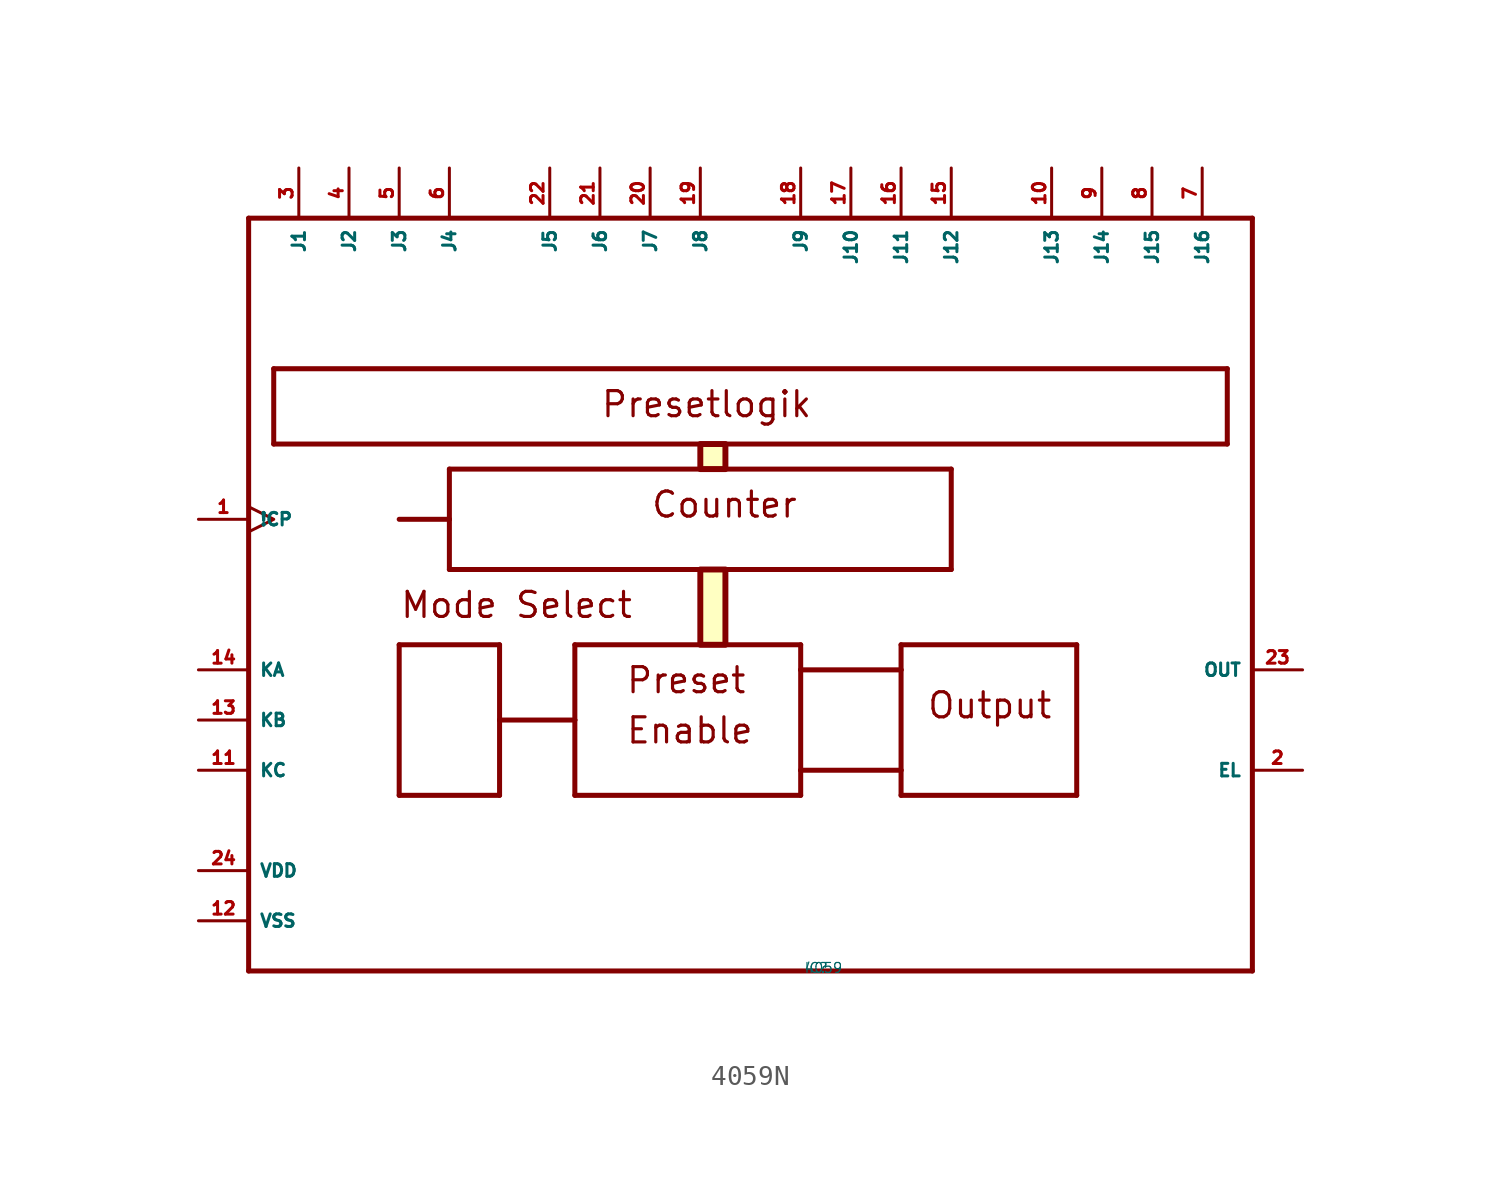
<source format=kicad_sym>
(kicad_symbol_lib
  (version 20220914)
  (generator Eagle2Kicad)
  (symbol "4059N"
    (property "Reference" "IC"
      (at -10 -10 0)
      (effects (font (size 0.5 0.5) (thickness 0.06)) (justify left)))
    (property "Value" "4059"
      (at -10 -10 0)
      (effects (font (size 0.5 0.5) (thickness 0.06)) (justify left)))
    (polyline
      (pts (xy -38.1 27.94) (xy 12.7 27.94))
      (stroke (width 0.254) (type default))
      (fill (type none)))
    (polyline
      (pts (xy 12.7 27.94) (xy 12.7 -10.16))
      (stroke (width 0.254) (type default))
      (fill (type none)))
    (polyline
      (pts (xy -38.1 -10.16) (xy -38.1 27.94))
      (stroke (width 0.254) (type default))
      (fill (type none)))
    (polyline
      (pts (xy 11.43 20.32) (xy 11.43 16.51))
      (stroke (width 0.254) (type default))
      (fill (type none)))
    (polyline
      (pts (xy 11.43 16.51) (xy -36.83 16.51))
      (stroke (width 0.254) (type default))
      (fill (type none)))
    (polyline
      (pts (xy -36.83 16.51) (xy -36.83 20.32))
      (stroke (width 0.254) (type default))
      (fill (type none)))
    (polyline
      (pts (xy 11.43 20.32) (xy -36.83 20.32))
      (stroke (width 0.254) (type default))
      (fill (type none)))
    (polyline
      (pts (xy -27.94 15.24) (xy -2.54 15.24))
      (stroke (width 0.254) (type default))
      (fill (type none)))
    (polyline
      (pts (xy -2.54 15.24) (xy -2.54 10.16))
      (stroke (width 0.254) (type default))
      (fill (type none)))
    (polyline
      (pts (xy -2.54 10.16) (xy -27.94 10.16))
      (stroke (width 0.254) (type default))
      (fill (type none)))
    (polyline
      (pts (xy -27.94 10.16) (xy -27.94 12.7))
      (stroke (width 0.254) (type default))
      (fill (type none)))
    (polyline
      (pts (xy -27.94 12.7) (xy -27.94 15.24))
      (stroke (width 0.254) (type default))
      (fill (type none)))
    (polyline
      (pts (xy -30.48 6.35) (xy -25.4 6.35))
      (stroke (width 0.254) (type default))
      (fill (type none)))
    (polyline
      (pts (xy -25.4 6.35) (xy -25.4 2.54))
      (stroke (width 0.254) (type default))
      (fill (type none)))
    (polyline
      (pts (xy -25.4 2.54) (xy -25.4 -1.27))
      (stroke (width 0.254) (type default))
      (fill (type none)))
    (polyline
      (pts (xy -25.4 -1.27) (xy -30.48 -1.27))
      (stroke (width 0.254) (type default))
      (fill (type none)))
    (polyline
      (pts (xy -30.48 -1.27) (xy -30.48 6.35))
      (stroke (width 0.254) (type default))
      (fill (type none)))
    (polyline
      (pts (xy -5.08 6.35) (xy 3.81 6.35))
      (stroke (width 0.254) (type default))
      (fill (type none)))
    (polyline
      (pts (xy 3.81 6.35) (xy 3.81 -1.27))
      (stroke (width 0.254) (type default))
      (fill (type none)))
    (polyline
      (pts (xy 3.81 -1.27) (xy -5.08 -1.27))
      (stroke (width 0.254) (type default))
      (fill (type none)))
    (polyline
      (pts (xy -5.08 5.08) (xy -5.08 6.35))
      (stroke (width 0.254) (type default))
      (fill (type none)))
    (polyline
      (pts (xy -21.59 6.35) (xy -10.16 6.35))
      (stroke (width 0.254) (type default))
      (fill (type none)))
    (polyline
      (pts (xy -10.16 6.35) (xy -10.16 5.08))
      (stroke (width 0.254) (type default))
      (fill (type none)))
    (polyline
      (pts (xy -10.16 5.08) (xy -10.16 0))
      (stroke (width 0.254) (type default))
      (fill (type none)))
    (polyline
      (pts (xy -10.16 0) (xy -10.16 -1.27))
      (stroke (width 0.254) (type default))
      (fill (type none)))
    (polyline
      (pts (xy -10.16 -1.27) (xy -21.59 -1.27))
      (stroke (width 0.254) (type default))
      (fill (type none)))
    (polyline
      (pts (xy -21.59 -1.27) (xy -21.59 2.54))
      (stroke (width 0.254) (type default))
      (fill (type none)))
    (polyline
      (pts (xy -21.59 2.54) (xy -21.59 6.35))
      (stroke (width 0.254) (type default))
      (fill (type none)))
    (polyline
      (pts (xy -25.4 2.54) (xy -21.59 2.54))
      (stroke (width 0.254) (type default))
      (fill (type none)))
    (polyline
      (pts (xy -30.48 12.7) (xy -27.94 12.7))
      (stroke (width 0.254) (type default))
      (fill (type none)))
    (polyline
      (pts (xy -10.16 5.08) (xy -5.08 5.08))
      (stroke (width 0.254) (type default))
      (fill (type none)))
    (polyline
      (pts (xy -5.08 5.08) (xy -5.08 0))
      (stroke (width 0.254) (type default))
      (fill (type none)))
    (polyline
      (pts (xy -5.08 0) (xy -5.08 -1.27))
      (stroke (width 0.254) (type default))
      (fill (type none)))
    (polyline
      (pts (xy 12.7 -10.16) (xy -38.1 -10.16))
      (stroke (width 0.254) (type default))
      (fill (type none)))
    (polyline
      (pts (xy -5.08 0) (xy -10.16 0))
      (stroke (width 0.254) (type default))
      (fill (type none)))
    (text "Presetlogik"
      (at -20.32 17.78 0)
      (effects (font (size 1.27 1.27) (thickness 0.16)) (justify left bottom)))
    (text "Counter"
      (at -17.78 12.7 0)
      (effects (font (size 1.27 1.27) (thickness 0.16)) (justify left bottom)))
    (text "Mode Select"
      (at -30.48 7.62 0)
      (effects (font (size 1.27 1.27) (thickness 0.16)) (justify left bottom)))
    (text "Preset"
      (at -19.05 3.81 0)
      (effects (font (size 1.27 1.27) (thickness 0.16)) (justify left bottom)))
    (text "Output"
      (at -3.81 2.54 0)
      (effects (font (size 1.27 1.27) (thickness 0.16)) (justify left bottom)))
    (text "Enable"
      (at -19.05 1.27 0)
      (effects (font (size 1.27 1.27) (thickness 0.16)) (justify left bottom)))
    (rectangle
      (start -15.24 15.24)
      (end -13.97 16.51)
      (stroke (width 0.3) (type default))
      (fill (type background)))
    (rectangle
      (start -15.24 6.35)
      (end -13.97 10.16)
      (stroke (width 0.3) (type default))
      (fill (type background)))
    (pin input line
      (at -40.64 5.08 0)
      (length 2.54)
      (name "KA" (effects (font (size 0.635 0.635) (thickness 0.08)) (justify left bottom)))
      (number "14" (effects (font (size 0.635 0.635) (thickness 0.08)) (justify left bottom))))
    (pin input line
      (at -40.64 2.54 0)
      (length 2.54)
      (name "KB" (effects (font (size 0.635 0.635) (thickness 0.08)) (justify left bottom)))
      (number "13" (effects (font (size 0.635 0.635) (thickness 0.08)) (justify left bottom))))
    (pin input line
      (at -40.64 0 0)
      (length 2.54)
      (name "KC" (effects (font (size 0.635 0.635) (thickness 0.08)) (justify left bottom)))
      (number "11" (effects (font (size 0.635 0.635) (thickness 0.08)) (justify left bottom))))
    (pin input line
      (at -35.56 30.48 270)
      (length 2.54)
      (name "J1" (effects (font (size 0.635 0.635) (thickness 0.08)) (justify left bottom)))
      (number "3" (effects (font (size 0.635 0.635) (thickness 0.08)) (justify left bottom))))
    (pin input line
      (at -33.02 30.48 270)
      (length 2.54)
      (name "J2" (effects (font (size 0.635 0.635) (thickness 0.08)) (justify left bottom)))
      (number "4" (effects (font (size 0.635 0.635) (thickness 0.08)) (justify left bottom))))
    (pin input line
      (at -30.48 30.48 270)
      (length 2.54)
      (name "J3" (effects (font (size 0.635 0.635) (thickness 0.08)) (justify left bottom)))
      (number "5" (effects (font (size 0.635 0.635) (thickness 0.08)) (justify left bottom))))
    (pin input line
      (at -27.94 30.48 270)
      (length 2.54)
      (name "J4" (effects (font (size 0.635 0.635) (thickness 0.08)) (justify left bottom)))
      (number "6" (effects (font (size 0.635 0.635) (thickness 0.08)) (justify left bottom))))
    (pin input line
      (at -22.86 30.48 270)
      (length 2.54)
      (name "J5" (effects (font (size 0.635 0.635) (thickness 0.08)) (justify left bottom)))
      (number "22" (effects (font (size 0.635 0.635) (thickness 0.08)) (justify left bottom))))
    (pin input line
      (at -20.32 30.48 270)
      (length 2.54)
      (name "J6" (effects (font (size 0.635 0.635) (thickness 0.08)) (justify left bottom)))
      (number "21" (effects (font (size 0.635 0.635) (thickness 0.08)) (justify left bottom))))
    (pin input line
      (at -17.78 30.48 270)
      (length 2.54)
      (name "J7" (effects (font (size 0.635 0.635) (thickness 0.08)) (justify left bottom)))
      (number "20" (effects (font (size 0.635 0.635) (thickness 0.08)) (justify left bottom))))
    (pin input line
      (at -15.24 30.48 270)
      (length 2.54)
      (name "J8" (effects (font (size 0.635 0.635) (thickness 0.08)) (justify left bottom)))
      (number "19" (effects (font (size 0.635 0.635) (thickness 0.08)) (justify left bottom))))
    (pin input line
      (at -10.16 30.48 270)
      (length 2.54)
      (name "J9" (effects (font (size 0.635 0.635) (thickness 0.08)) (justify left bottom)))
      (number "18" (effects (font (size 0.635 0.635) (thickness 0.08)) (justify left bottom))))
    (pin input line
      (at -7.62 30.48 270)
      (length 2.54)
      (name "J10" (effects (font (size 0.635 0.635) (thickness 0.08)) (justify left bottom)))
      (number "17" (effects (font (size 0.635 0.635) (thickness 0.08)) (justify left bottom))))
    (pin input line
      (at -5.08 30.48 270)
      (length 2.54)
      (name "J11" (effects (font (size 0.635 0.635) (thickness 0.08)) (justify left bottom)))
      (number "16" (effects (font (size 0.635 0.635) (thickness 0.08)) (justify left bottom))))
    (pin input line
      (at -2.54 30.48 270)
      (length 2.54)
      (name "J12" (effects (font (size 0.635 0.635) (thickness 0.08)) (justify left bottom)))
      (number "15" (effects (font (size 0.635 0.635) (thickness 0.08)) (justify left bottom))))
    (pin input line
      (at 2.54 30.48 270)
      (length 2.54)
      (name "J13" (effects (font (size 0.635 0.635) (thickness 0.08)) (justify left bottom)))
      (number "10" (effects (font (size 0.635 0.635) (thickness 0.08)) (justify left bottom))))
    (pin input line
      (at 5.08 30.48 270)
      (length 2.54)
      (name "J14" (effects (font (size 0.635 0.635) (thickness 0.08)) (justify left bottom)))
      (number "9" (effects (font (size 0.635 0.635) (thickness 0.08)) (justify left bottom))))
    (pin input line
      (at 7.62 30.48 270)
      (length 2.54)
      (name "J15" (effects (font (size 0.635 0.635) (thickness 0.08)) (justify left bottom)))
      (number "8" (effects (font (size 0.635 0.635) (thickness 0.08)) (justify left bottom))))
    (pin input line
      (at 10.16 30.48 270)
      (length 2.54)
      (name "J16" (effects (font (size 0.635 0.635) (thickness 0.08)) (justify left bottom)))
      (number "7" (effects (font (size 0.635 0.635) (thickness 0.08)) (justify left bottom))))
    (pin output line
      (at 15.24 5.08 180)
      (length 2.54)
      (name "OUT" (effects (font (size 0.635 0.635) (thickness 0.08)) (justify left bottom)))
      (number "23" (effects (font (size 0.635 0.635) (thickness 0.08)) (justify left bottom))))
    (pin input line
      (at 15.24 0 180)
      (length 2.54)
      (name "EL" (effects (font (size 0.635 0.635) (thickness 0.08)) (justify left bottom)))
      (number "2" (effects (font (size 0.635 0.635) (thickness 0.08)) (justify left bottom))))
    (pin unspecified line
      (at -40.64 -5.08 0)
      (length 2.54)
      (name "VDD" (effects (font (size 0.635 0.635) (thickness 0.08)) (justify left bottom)))
      (number "24" (effects (font (size 0.635 0.635) (thickness 0.08)) (justify left bottom))))
    (pin unspecified line
      (at -40.64 -7.62 0)
      (length 2.54)
      (name "VSS" (effects (font (size 0.635 0.635) (thickness 0.08)) (justify left bottom)))
      (number "12" (effects (font (size 0.635 0.635) (thickness 0.08)) (justify left bottom))))
    (pin input clock
      (at -40.64 12.7 0)
      (length 2.54)
      (name "!CP" (effects (font (size 0.635 0.635) (thickness 0.08)) (justify left bottom)))
      (number "1" (effects (font (size 0.635 0.635) (thickness 0.08)) (justify left bottom))))))
</source>
